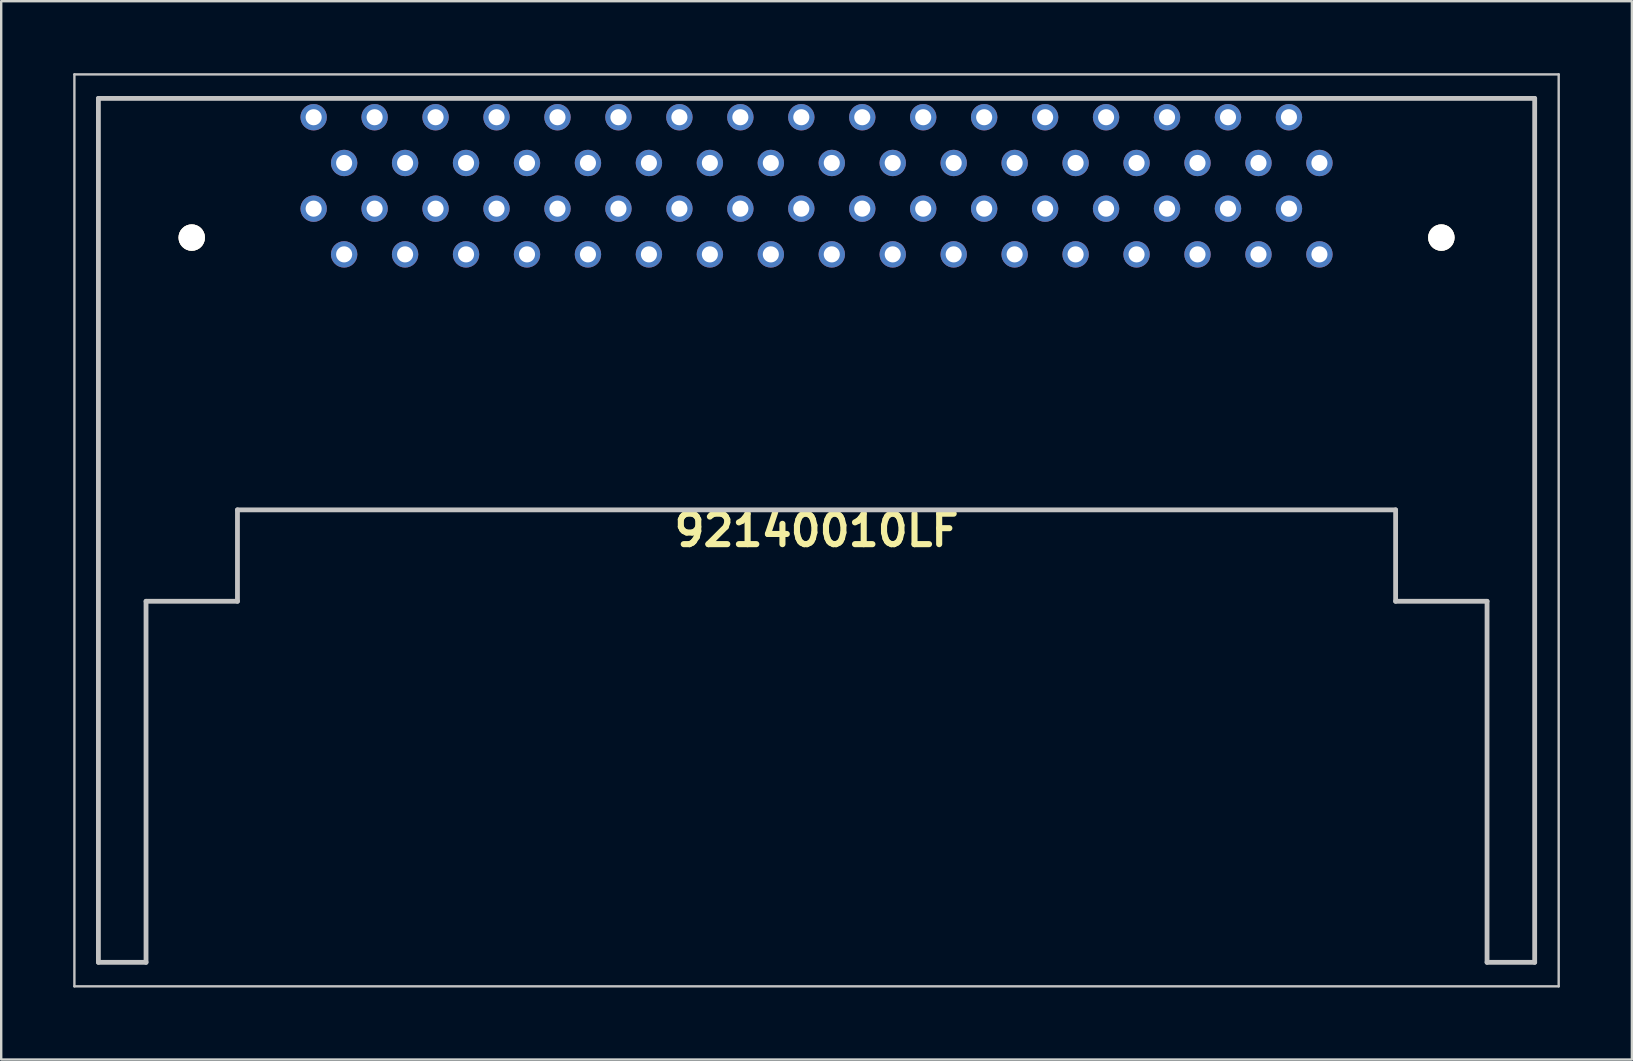
<source format=kicad_pcb>
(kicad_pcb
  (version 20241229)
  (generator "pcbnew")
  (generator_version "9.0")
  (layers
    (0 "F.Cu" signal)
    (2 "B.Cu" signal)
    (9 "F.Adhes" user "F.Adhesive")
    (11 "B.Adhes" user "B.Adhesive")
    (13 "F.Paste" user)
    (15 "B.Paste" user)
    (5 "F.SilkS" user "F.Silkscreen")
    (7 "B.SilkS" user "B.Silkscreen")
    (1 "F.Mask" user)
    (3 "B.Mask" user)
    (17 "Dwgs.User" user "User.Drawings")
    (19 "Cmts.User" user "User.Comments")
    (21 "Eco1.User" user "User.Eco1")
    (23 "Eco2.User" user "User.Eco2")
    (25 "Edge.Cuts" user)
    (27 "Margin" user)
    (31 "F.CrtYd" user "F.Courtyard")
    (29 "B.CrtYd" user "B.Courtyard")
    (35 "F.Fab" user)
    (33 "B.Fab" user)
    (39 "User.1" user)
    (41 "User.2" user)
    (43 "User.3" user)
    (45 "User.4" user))
  (footprint "92140010LF"
    (layer "F.Cu")
    (at 10.02 1.835)
    (property "Reference" "92140010LF" (at 20.955 17.215 0) (layer "F.SilkS") (effects (font (size 1.27 1.27) (thickness 0.254))))
    (attr through_hole)
    (fp_line (start -8.97 -0.785) (end 50.88 -0.785) (stroke (width 0.1) (type solid)) (layer "F.SilkS"))
    (fp_line (start -8.97 35.215) (end -8.97 -0.785) (stroke (width 0.1) (type solid)) (layer "F.SilkS"))
    (fp_line (start -6.985 20.17) (end -6.985 35.215) (stroke (width 0.1) (type solid)) (layer "F.SilkS"))
    (fp_line (start -6.985 35.215) (end -8.97 35.215) (stroke (width 0.1) (type solid)) (layer "F.SilkS"))
    (fp_line (start -3.175 16.36) (end -3.175 20.17) (stroke (width 0.1) (type solid)) (layer "F.SilkS"))
    (fp_line (start -3.175 20.17) (end -6.985 20.17) (stroke (width 0.1) (type solid)) (layer "F.SilkS"))
    (fp_line (start 45.085 16.36) (end -3.175 16.36) (stroke (width 0.1) (type solid)) (layer "F.SilkS"))
    (fp_line (start 45.085 20.17) (end 45.085 16.36) (stroke (width 0.1) (type solid)) (layer "F.SilkS"))
    (fp_line (start 48.895 20.17) (end 45.085 20.17) (stroke (width 0.1) (type solid)) (layer "F.SilkS"))
    (fp_line (start 48.895 35.215) (end 48.895 20.17) (stroke (width 0.1) (type solid)) (layer "F.SilkS"))
    (fp_line (start 50.88 -0.785) (end 50.88 35.215) (stroke (width 0.1) (type solid)) (layer "F.SilkS"))
    (fp_line (start 50.88 35.215) (end 48.895 35.215) (stroke (width 0.1) (type solid)) (layer "F.SilkS"))
    (fp_line (start -9.97 -1.785) (end 51.88 -1.785) (stroke (width 0.1) (type solid)) (layer "Dwgs.User"))
    (fp_line (start -9.97 36.215) (end -9.97 -1.785) (stroke (width 0.1) (type solid)) (layer "Dwgs.User"))
    (fp_line (start -8.97 -0.785) (end 50.88 -0.785) (stroke (width 0.2) (type solid)) (layer "Dwgs.User"))
    (fp_line (start -8.97 35.215) (end -8.97 -0.785) (stroke (width 0.2) (type solid)) (layer "Dwgs.User"))
    (fp_line (start -8.97 35.215) (end -6.985 35.215) (stroke (width 0.2) (type solid)) (layer "Dwgs.User"))
    (fp_line (start -6.985 20.17) (end -3.175 20.17) (stroke (width 0.2) (type solid)) (layer "Dwgs.User"))
    (fp_line (start -6.985 35.215) (end -6.985 20.17) (stroke (width 0.2) (type solid)) (layer "Dwgs.User"))
    (fp_line (start -3.175 16.36) (end 45.085 16.36) (stroke (width 0.2) (type solid)) (layer "Dwgs.User"))
    (fp_line (start -3.175 20.17) (end -3.175 16.36) (stroke (width 0.2) (type solid)) (layer "Dwgs.User"))
    (fp_line (start 45.085 16.36) (end 45.085 20.17) (stroke (width 0.2) (type solid)) (layer "Dwgs.User"))
    (fp_line (start 45.085 20.17) (end 48.895 20.17) (stroke (width 0.2) (type solid)) (layer "Dwgs.User"))
    (fp_line (start 48.895 20.17) (end 48.895 35.215) (stroke (width 0.2) (type solid)) (layer "Dwgs.User"))
    (fp_line (start 48.895 35.215) (end 50.88 35.215) (stroke (width 0.2) (type solid)) (layer "Dwgs.User"))
    (fp_line (start 50.88 -0.785) (end 50.88 35.215) (stroke (width 0.2) (type solid)) (layer "Dwgs.User"))
    (fp_line (start 51.88 -1.785) (end 51.88 36.215) (stroke (width 0.1) (type solid)) (layer "Dwgs.User"))
    (fp_line (start 51.88 36.215) (end -9.97 36.215) (stroke (width 0.1) (type solid)) (layer "Dwgs.User"))
    (pad "1" thru_hole circle (at 0 0 90) (size 1.1 1.1) (drill 0.67) (layers "*.Cu" "*.Mask"))
    (pad "2" thru_hole circle (at 1.27 1.906 90) (size 1.1 1.1) (drill 0.67) (layers "*.Cu" "*.Mask"))
    (pad "3" thru_hole circle (at 2.54 0 90) (size 1.1 1.1) (drill 0.67) (layers "*.Cu" "*.Mask"))
    (pad "4" thru_hole circle (at 3.81 1.906 90) (size 1.1 1.1) (drill 0.67) (layers "*.Cu" "*.Mask"))
    (pad "5" thru_hole circle (at 5.08 0 90) (size 1.1 1.1) (drill 0.67) (layers "*.Cu" "*.Mask"))
    (pad "6" thru_hole circle (at 6.35 1.906 90) (size 1.1 1.1) (drill 0.67) (layers "*.Cu" "*.Mask"))
    (pad "7" thru_hole circle (at 7.62 0 90) (size 1.1 1.1) (drill 0.67) (layers "*.Cu" "*.Mask"))
    (pad "8" thru_hole circle (at 8.89 1.906 90) (size 1.1 1.1) (drill 0.67) (layers "*.Cu" "*.Mask"))
    (pad "9" thru_hole circle (at 10.16 0 90) (size 1.1 1.1) (drill 0.67) (layers "*.Cu" "*.Mask"))
    (pad "10" thru_hole circle (at 11.43 1.906 90) (size 1.1 1.1) (drill 0.67) (layers "*.Cu" "*.Mask"))
    (pad "11" thru_hole circle (at 12.7 0 90) (size 1.1 1.1) (drill 0.67) (layers "*.Cu" "*.Mask"))
    (pad "12" thru_hole circle (at 13.97 1.906 90) (size 1.1 1.1) (drill 0.67) (layers "*.Cu" "*.Mask"))
    (pad "13" thru_hole circle (at 15.24 0 90) (size 1.1 1.1) (drill 0.67) (layers "*.Cu" "*.Mask"))
    (pad "14" thru_hole circle (at 16.51 1.906 90) (size 1.1 1.1) (drill 0.67) (layers "*.Cu" "*.Mask"))
    (pad "15" thru_hole circle (at 17.78 0 90) (size 1.1 1.1) (drill 0.67) (layers "*.Cu" "*.Mask"))
    (pad "16" thru_hole circle (at 19.05 1.906 90) (size 1.1 1.1) (drill 0.67) (layers "*.Cu" "*.Mask"))
    (pad "17" thru_hole circle (at 20.32 0 90) (size 1.1 1.1) (drill 0.67) (layers "*.Cu" "*.Mask"))
    (pad "18" thru_hole circle (at 21.59 1.906 90) (size 1.1 1.1) (drill 0.67) (layers "*.Cu" "*.Mask"))
    (pad "19" thru_hole circle (at 22.86 0 90) (size 1.1 1.1) (drill 0.67) (layers "*.Cu" "*.Mask"))
    (pad "20" thru_hole circle (at 24.13 1.906 90) (size 1.1 1.1) (drill 0.67) (layers "*.Cu" "*.Mask"))
    (pad "21" thru_hole circle (at 25.4 0 90) (size 1.1 1.1) (drill 0.67) (layers "*.Cu" "*.Mask"))
    (pad "22" thru_hole circle (at 26.67 1.906 90) (size 1.1 1.1) (drill 0.67) (layers "*.Cu" "*.Mask"))
    (pad "23" thru_hole circle (at 27.94 0 90) (size 1.1 1.1) (drill 0.67) (layers "*.Cu" "*.Mask"))
    (pad "24" thru_hole circle (at 29.21 1.906 90) (size 1.1 1.1) (drill 0.67) (layers "*.Cu" "*.Mask"))
    (pad "25" thru_hole circle (at 30.48 0 90) (size 1.1 1.1) (drill 0.67) (layers "*.Cu" "*.Mask"))
    (pad "26" thru_hole circle (at 31.75 1.906 90) (size 1.1 1.1) (drill 0.67) (layers "*.Cu" "*.Mask"))
    (pad "27" thru_hole circle (at 33.02 0 90) (size 1.1 1.1) (drill 0.67) (layers "*.Cu" "*.Mask"))
    (pad "28" thru_hole circle (at 34.29 1.906 90) (size 1.1 1.1) (drill 0.67) (layers "*.Cu" "*.Mask"))
    (pad "29" thru_hole circle (at 35.56 0 90) (size 1.1 1.1) (drill 0.67) (layers "*.Cu" "*.Mask"))
    (pad "30" thru_hole circle (at 36.83 1.906 90) (size 1.1 1.1) (drill 0.67) (layers "*.Cu" "*.Mask"))
    (pad "31" thru_hole circle (at 38.1 0 90) (size 1.1 1.1) (drill 0.67) (layers "*.Cu" "*.Mask"))
    (pad "32" thru_hole circle (at 39.37 1.906 90) (size 1.1 1.1) (drill 0.67) (layers "*.Cu" "*.Mask"))
    (pad "33" thru_hole circle (at 40.64 0 90) (size 1.1 1.1) (drill 0.67) (layers "*.Cu" "*.Mask"))
    (pad "34" thru_hole circle (at 41.91 1.906 90) (size 1.1 1.1) (drill 0.67) (layers "*.Cu" "*.Mask"))
    (pad "35" thru_hole circle (at 0 3.81 90) (size 1.1 1.1) (drill 0.67) (layers "*.Cu" "*.Mask"))
    (pad "36" thru_hole circle (at 1.27 5.715 90) (size 1.1 1.1) (drill 0.67) (layers "*.Cu" "*.Mask"))
    (pad "37" thru_hole circle (at 2.54 3.81 90) (size 1.1 1.1) (drill 0.67) (layers "*.Cu" "*.Mask"))
    (pad "38" thru_hole circle (at 3.81 5.715 90) (size 1.1 1.1) (drill 0.67) (layers "*.Cu" "*.Mask"))
    (pad "39" thru_hole circle (at 5.08 3.81 90) (size 1.1 1.1) (drill 0.67) (layers "*.Cu" "*.Mask"))
    (pad "40" thru_hole circle (at 6.35 5.715 90) (size 1.1 1.1) (drill 0.67) (layers "*.Cu" "*.Mask"))
    (pad "41" thru_hole circle (at 7.62 3.81 90) (size 1.1 1.1) (drill 0.67) (layers "*.Cu" "*.Mask"))
    (pad "42" thru_hole circle (at 8.89 5.715 90) (size 1.1 1.1) (drill 0.67) (layers "*.Cu" "*.Mask"))
    (pad "43" thru_hole circle (at 10.16 3.81 90) (size 1.1 1.1) (drill 0.67) (layers "*.Cu" "*.Mask"))
    (pad "44" thru_hole circle (at 11.43 5.715 90) (size 1.1 1.1) (drill 0.67) (layers "*.Cu" "*.Mask"))
    (pad "45" thru_hole circle (at 12.7 3.81 90) (size 1.1 1.1) (drill 0.67) (layers "*.Cu" "*.Mask"))
    (pad "46" thru_hole circle (at 13.97 5.715 90) (size 1.1 1.1) (drill 0.67) (layers "*.Cu" "*.Mask"))
    (pad "47" thru_hole circle (at 15.24 3.81 90) (size 1.1 1.1) (drill 0.67) (layers "*.Cu" "*.Mask"))
    (pad "48" thru_hole circle (at 16.51 5.715 90) (size 1.1 1.1) (drill 0.67) (layers "*.Cu" "*.Mask"))
    (pad "49" thru_hole circle (at 17.78 3.81 90) (size 1.1 1.1) (drill 0.67) (layers "*.Cu" "*.Mask"))
    (pad "50" thru_hole circle (at 19.05 5.715 90) (size 1.1 1.1) (drill 0.67) (layers "*.Cu" "*.Mask"))
    (pad "51" thru_hole circle (at 20.32 3.81 90) (size 1.1 1.1) (drill 0.67) (layers "*.Cu" "*.Mask"))
    (pad "52" thru_hole circle (at 21.59 5.715 90) (size 1.1 1.1) (drill 0.67) (layers "*.Cu" "*.Mask"))
    (pad "53" thru_hole circle (at 22.86 3.81 90) (size 1.1 1.1) (drill 0.67) (layers "*.Cu" "*.Mask"))
    (pad "54" thru_hole circle (at 24.13 5.715 90) (size 1.1 1.1) (drill 0.67) (layers "*.Cu" "*.Mask"))
    (pad "55" thru_hole circle (at 25.4 3.81 90) (size 1.1 1.1) (drill 0.67) (layers "*.Cu" "*.Mask"))
    (pad "56" thru_hole circle (at 26.67 5.715 90) (size 1.1 1.1) (drill 0.67) (layers "*.Cu" "*.Mask"))
    (pad "57" thru_hole circle (at 27.94 3.81 90) (size 1.1 1.1) (drill 0.67) (layers "*.Cu" "*.Mask"))
    (pad "58" thru_hole circle (at 29.21 5.715 90) (size 1.1 1.1) (drill 0.67) (layers "*.Cu" "*.Mask"))
    (pad "59" thru_hole circle (at 30.48 3.81 90) (size 1.1 1.1) (drill 0.67) (layers "*.Cu" "*.Mask"))
    (pad "60" thru_hole circle (at 31.75 5.715 90) (size 1.1 1.1) (drill 0.67) (layers "*.Cu" "*.Mask"))
    (pad "61" thru_hole circle (at 33.02 3.81 90) (size 1.1 1.1) (drill 0.67) (layers "*.Cu" "*.Mask"))
    (pad "62" thru_hole circle (at 34.29 5.715 90) (size 1.1 1.1) (drill 0.67) (layers "*.Cu" "*.Mask"))
    (pad "63" thru_hole circle (at 35.56 3.81 90) (size 1.1 1.1) (drill 0.67) (layers "*.Cu" "*.Mask"))
    (pad "64" thru_hole circle (at 36.83 5.715 90) (size 1.1 1.1) (drill 0.67) (layers "*.Cu" "*.Mask"))
    (pad "65" thru_hole circle (at 38.1 3.81 90) (size 1.1 1.1) (drill 0.67) (layers "*.Cu" "*.Mask"))
    (pad "66" thru_hole circle (at 39.37 5.715 90) (size 1.1 1.1) (drill 0.67) (layers "*.Cu" "*.Mask"))
    (pad "67" thru_hole circle (at 40.64 3.81 90) (size 1.1 1.1) (drill 0.67) (layers "*.Cu" "*.Mask"))
    (pad "68" thru_hole circle (at 41.91 5.715 90) (size 1.1 1.1) (drill 0.67) (layers "*.Cu" "*.Mask"))
    (pad "MH1" thru_hole circle (at 46.99 5.015 90) (size 1.1 1.1) (drill 2.2) (layers "*.Cu" "*.Mask" "F.SilkS"))
    (pad "MH2" thru_hole circle (at -5.08 5.015 90) (size 1.1 1.1) (drill 2.2) (layers "*.Cu" "*.Mask" "F.SilkS")))
  (gr_rect
    (start -3 -3)
    (end 64.95 41.1)
    (stroke (width 0.1) (type default))
    (fill no)
    (layer "Edge.Cuts")))
</source>
